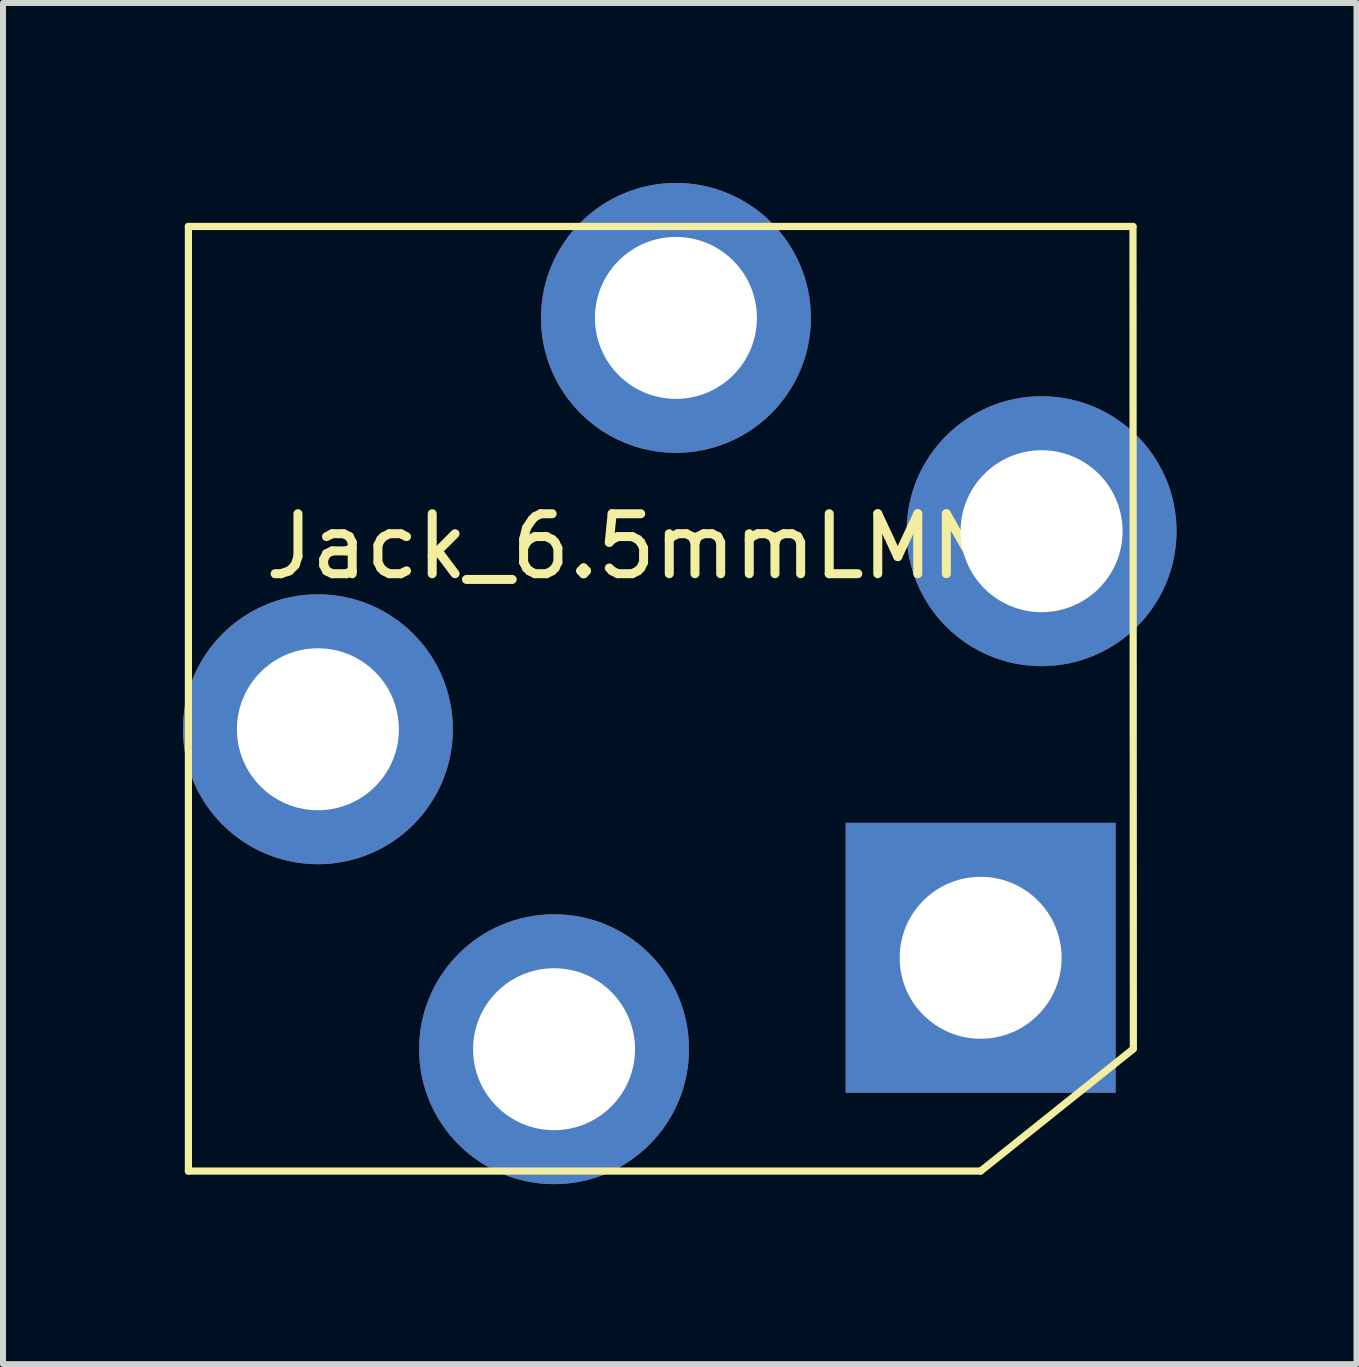
<source format=kicad_pcb>
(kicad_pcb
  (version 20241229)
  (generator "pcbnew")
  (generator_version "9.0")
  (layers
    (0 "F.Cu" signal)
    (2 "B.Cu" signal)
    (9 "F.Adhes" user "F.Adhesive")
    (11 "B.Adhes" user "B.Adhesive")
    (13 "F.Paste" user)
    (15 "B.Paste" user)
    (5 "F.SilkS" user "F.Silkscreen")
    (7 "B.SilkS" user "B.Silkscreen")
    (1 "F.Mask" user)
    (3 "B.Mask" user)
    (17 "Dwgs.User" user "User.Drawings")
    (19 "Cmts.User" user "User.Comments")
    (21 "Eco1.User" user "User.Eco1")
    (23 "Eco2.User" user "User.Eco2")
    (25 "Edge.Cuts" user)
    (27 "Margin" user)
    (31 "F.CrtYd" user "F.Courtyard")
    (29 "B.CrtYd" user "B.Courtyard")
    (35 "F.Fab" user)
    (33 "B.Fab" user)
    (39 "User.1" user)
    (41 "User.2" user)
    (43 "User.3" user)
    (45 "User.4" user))
  (footprint "Jack_6.5mmLMNC"
    (layer "F.Cu")
    (at 9.235 3.266)
    (property "Reference" "Jack_6.5mmLMNC" (at -1.27 2.794 0) (layer "F.SilkS") (effects (font (size 1 1) (thickness 0.15))))
    (attr through_hole)
    (fp_line (start -9.144 -2.54) (end 6.604 -2.54) (stroke (width 0.12) (type solid)) (layer "F.SilkS"))
    (fp_line (start -9.144 13.208) (end -9.144 -2.54) (stroke (width 0.12) (type solid)) (layer "F.SilkS"))
    (fp_line (start 4.064 13.208) (end -9.144 13.208) (stroke (width 0.12) (type solid)) (layer "F.SilkS"))
    (fp_line (start 6.604 -2.54) (end 6.61 11.17) (stroke (width 0.12) (type solid)) (layer "F.SilkS"))
    (fp_line (start 6.604 11.176) (end 4.064 13.208) (stroke (width 0.12) (type solid)) (layer "F.SilkS"))
    (pad "G" thru_hole rect (at 4.064 9.652) (size 4.5 4.5) (drill 2.7) (layers "*.Cu" "*.Mask"))
    (pad "S" thru_hole circle (at -1.016 -1.016) (size 4.5 4.5) (drill 2.7) (layers "*.Cu" "*.Mask"))
    (pad "SN" thru_hole circle (at 5.08 2.54) (size 4.5 4.5) (drill 2.7) (layers "*.Cu" "*.Mask"))
    (pad "T" thru_hole circle (at -6.985 5.842) (size 4.5 4.5) (drill 2.7) (layers "*.Cu" "*.Mask"))
    (pad "TN" thru_hole circle (at -3.048 11.176) (size 4.5 4.5) (drill 2.7) (layers "*.Cu" "*.Mask")))
  (gr_rect
    (start -3 -3)
    (end 19.565 19.692)
    (stroke (width 0.1) (type default))
    (fill no)
    (layer "Edge.Cuts")))
</source>
